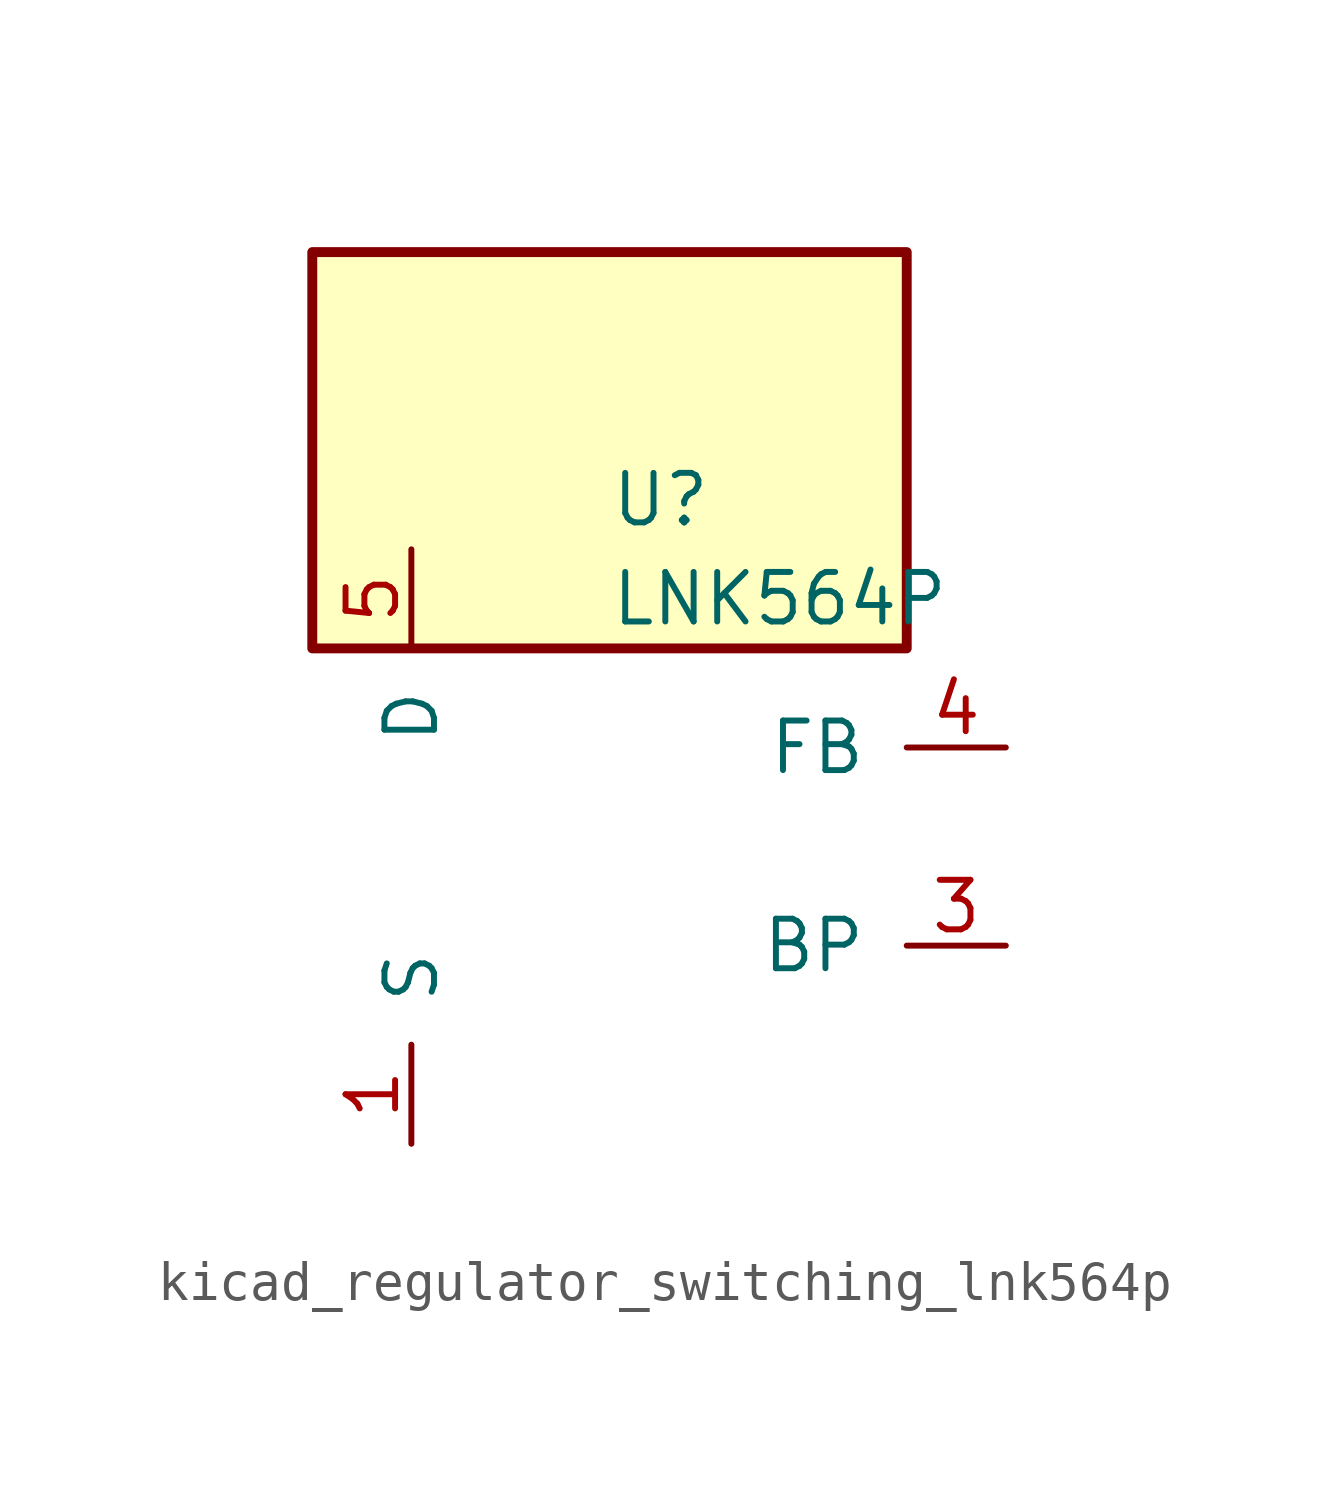
<source format=kicad_sym>
(kicad_symbol_lib
  (version 20220914)
  (generator kicad_symbol_editor)
  (symbol "kicad_regulator_switching_lnk564p"
    (pin_names
      (offset 1.016))
    (property "Reference" "U"
      (at 0 8.89 0)
      (effects (font (size 1.27 1.27)) (justify left)))
    (property "Value" "LNK564P"
      (at 0 6.35 0)
      (effects (font (size 1.27 1.27)) (justify left)))
    (symbol "kicad_regulator_switching_lnk564p_0_1"
      (rectangle (start 7.62 15.24) (end -7.62 5.08) (stroke (width 0.254) (type default)) (fill (type background))))
    (symbol "kicad_regulator_switching_lnk564p_1_1"
      (pin power_in line (at -5.08 -7.62 90) (length 2.54) (name "S" (effects (font (size 1.27 1.27)))) (number "1" (effects (font (size 1.27 1.27)))))
      (pin passive line (at -5.08 -7.62 90) (length 2.54) hide (name "S" (effects (font (size 1.27 1.27)))) (number "2" (effects (font (size 1.27 1.27)))))
      (pin input line (at 10.16 -2.54 180) (length 2.54) (name "BP" (effects (font (size 1.27 1.27)))) (number "3" (effects (font (size 1.27 1.27)))))
      (pin input line (at 10.16 2.54 180) (length 2.54) (name "FB" (effects (font (size 1.27 1.27)))) (number "4" (effects (font (size 1.27 1.27)))))
      (pin open_collector line (at -5.08 7.62 270) (length 2.54) (name "D" (effects (font (size 1.27 1.27)))) (number "5" (effects (font (size 1.27 1.27)))))
      (pin passive line (at -5.08 -7.62 90) (length 2.54) hide (name "S" (effects (font (size 1.27 1.27)))) (number "7" (effects (font (size 1.27 1.27)))))
      (pin passive line (at -5.08 -7.62 90) (length 2.54) hide (name "S" (effects (font (size 1.27 1.27)))) (number "8" (effects (font (size 1.27 1.27))))))))
</source>
